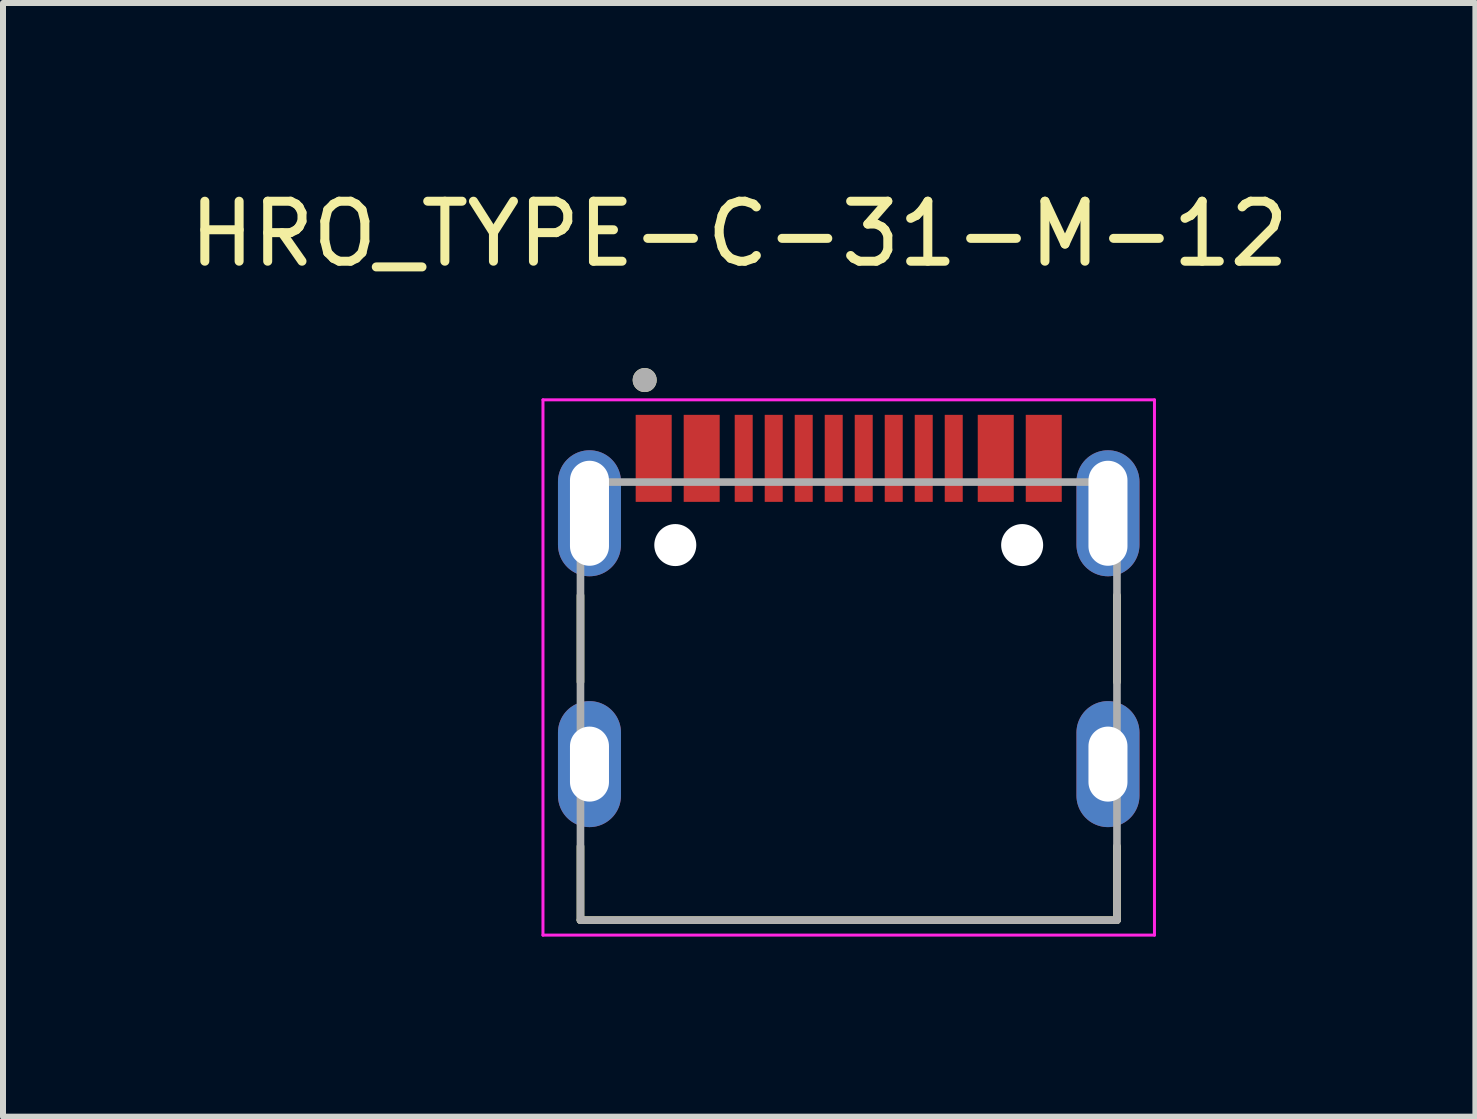
<source format=kicad_pcb>
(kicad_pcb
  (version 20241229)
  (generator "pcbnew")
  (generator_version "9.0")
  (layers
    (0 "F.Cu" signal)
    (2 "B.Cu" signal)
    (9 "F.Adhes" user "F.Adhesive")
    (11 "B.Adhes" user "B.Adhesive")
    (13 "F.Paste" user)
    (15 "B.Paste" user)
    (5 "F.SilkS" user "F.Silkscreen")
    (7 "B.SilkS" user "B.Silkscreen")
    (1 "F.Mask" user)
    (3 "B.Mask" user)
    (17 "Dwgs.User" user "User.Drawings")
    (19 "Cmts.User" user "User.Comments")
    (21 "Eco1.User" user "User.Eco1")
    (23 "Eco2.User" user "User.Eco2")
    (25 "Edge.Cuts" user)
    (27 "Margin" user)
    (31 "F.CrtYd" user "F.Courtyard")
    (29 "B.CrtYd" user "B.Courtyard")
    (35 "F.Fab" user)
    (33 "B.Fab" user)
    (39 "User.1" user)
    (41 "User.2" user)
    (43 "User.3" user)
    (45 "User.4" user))
  (footprint "HRO_TYPE-C-31-M-12"
    (layer "F.Cu")
    (at 11.093 7.183)
    (property "Reference" "HRO_TYPE-C-31-M-12" (at -1.825 -6.335 0) (layer "F.SilkS") (effects (font (size 1 1) (thickness 0.15))))
    (attr through_hole)
    (fp_line (start -4.47 -0.31) (end -4.47 1.13) (stroke (width 0.127) (type solid)) (layer "F.SilkS"))
    (fp_line (start -4.47 5.1) (end -4.47 3.87) (stroke (width 0.127) (type solid)) (layer "F.SilkS"))
    (fp_line (start 4.47 -0.31) (end 4.47 1.13) (stroke (width 0.127) (type solid)) (layer "F.SilkS"))
    (fp_line (start 4.47 3.87) (end 4.47 5.1) (stroke (width 0.127) (type solid)) (layer "F.SilkS"))
    (fp_line (start 4.47 5.1) (end -4.47 5.1) (stroke (width 0.127) (type solid)) (layer "F.SilkS"))
    (fp_circle (center -3.4 -3.9) (end -3.3 -3.9) (stroke (width 0.2) (type solid)) (fill no) (layer "F.SilkS"))
    (fp_line (start -5.095 -3.57) (end -5.095 5.35) (stroke (width 0.05) (type solid)) (layer "F.CrtYd"))
    (fp_line (start -5.095 5.35) (end 5.095 5.35) (stroke (width 0.05) (type solid)) (layer "F.CrtYd"))
    (fp_line (start 5.095 -3.57) (end -5.095 -3.57) (stroke (width 0.05) (type solid)) (layer "F.CrtYd"))
    (fp_line (start 5.095 5.35) (end 5.095 -3.57) (stroke (width 0.05) (type solid)) (layer "F.CrtYd"))
    (fp_line (start -4.47 -2.2) (end -4.47 5.1) (stroke (width 0.127) (type solid)) (layer "F.Fab"))
    (fp_line (start -4.47 5.1) (end 4.47 5.1) (stroke (width 0.127) (type solid)) (layer "F.Fab"))
    (fp_line (start 4.47 -2.2) (end -4.47 -2.2) (stroke (width 0.127) (type solid)) (layer "F.Fab"))
    (fp_line (start 4.47 5.1) (end 4.47 -2.2) (stroke (width 0.127) (type solid)) (layer "F.Fab"))
    (fp_circle (center -3.4 -3.9) (end -3.3 -3.9) (stroke (width 0.2) (type solid)) (fill no) (layer "F.Fab"))
    (pad "" np_thru_hole circle (at -2.89 -1.15) (size 0.7 0.7) (drill 0.7) (layers "*.Cu" "*.Mask"))
    (pad "" np_thru_hole circle (at 2.89 -1.15) (size 0.7 0.7) (drill 0.7) (layers "*.Cu" "*.Mask"))
    (pad "A1B12" smd rect (at -3.25 -2.595) (size 0.6 1.45) (layers "F.Cu" "F.Mask" "F.Paste"))
    (pad "A4B9" smd rect (at -2.45 -2.595) (size 0.6 1.45) (layers "F.Cu" "F.Mask" "F.Paste"))
    (pad "A5" smd rect (at -1.25 -2.595) (size 0.3 1.45) (layers "F.Cu" "F.Mask" "F.Paste"))
    (pad "A6" smd rect (at -0.25 -2.595) (size 0.3 1.45) (layers "F.Cu" "F.Mask" "F.Paste"))
    (pad "A7" smd rect (at 0.25 -2.595) (size 0.3 1.45) (layers "F.Cu" "F.Mask" "F.Paste"))
    (pad "A8" smd rect (at 1.25 -2.595) (size 0.3 1.45) (layers "F.Cu" "F.Mask" "F.Paste"))
    (pad "B1A12" smd rect (at 3.25 -2.595) (size 0.6 1.45) (layers "F.Cu" "F.Mask" "F.Paste"))
    (pad "B4A9" smd rect (at 2.45 -2.595) (size 0.6 1.45) (layers "F.Cu" "F.Mask" "F.Paste"))
    (pad "B5" smd rect (at 1.75 -2.595) (size 0.3 1.45) (layers "F.Cu" "F.Mask" "F.Paste"))
    (pad "B6" smd rect (at 0.75 -2.595) (size 0.3 1.45) (layers "F.Cu" "F.Mask" "F.Paste"))
    (pad "B7" smd rect (at -0.75 -2.595) (size 0.3 1.45) (layers "F.Cu" "F.Mask" "F.Paste"))
    (pad "B8" smd rect (at -1.75 -2.595) (size 0.3 1.45) (layers "F.Cu" "F.Mask" "F.Paste"))
    (pad "S1" thru_hole oval (at -4.32 -1.68) (size 1.05 2.1) (drill oval 0.65 1.75) (layers "*.Cu" "*.Mask"))
    (pad "S2" thru_hole oval (at 4.32 -1.68) (size 1.05 2.1) (drill oval 0.65 1.75) (layers "*.Cu" "*.Mask"))
    (pad "S3" thru_hole oval (at -4.32 2.5) (size 1.05 2.1) (drill oval 0.65 1.25) (layers "*.Cu" "*.Mask"))
    (pad "S4" thru_hole oval (at 4.32 2.5) (size 1.05 2.1) (drill oval 0.65 1.25) (layers "*.Cu" "*.Mask")))
  (gr_rect
    (start -3 -3)
    (end 21.536 15.558)
    (stroke (width 0.1) (type default))
    (fill no)
    (layer "Edge.Cuts")))
</source>
